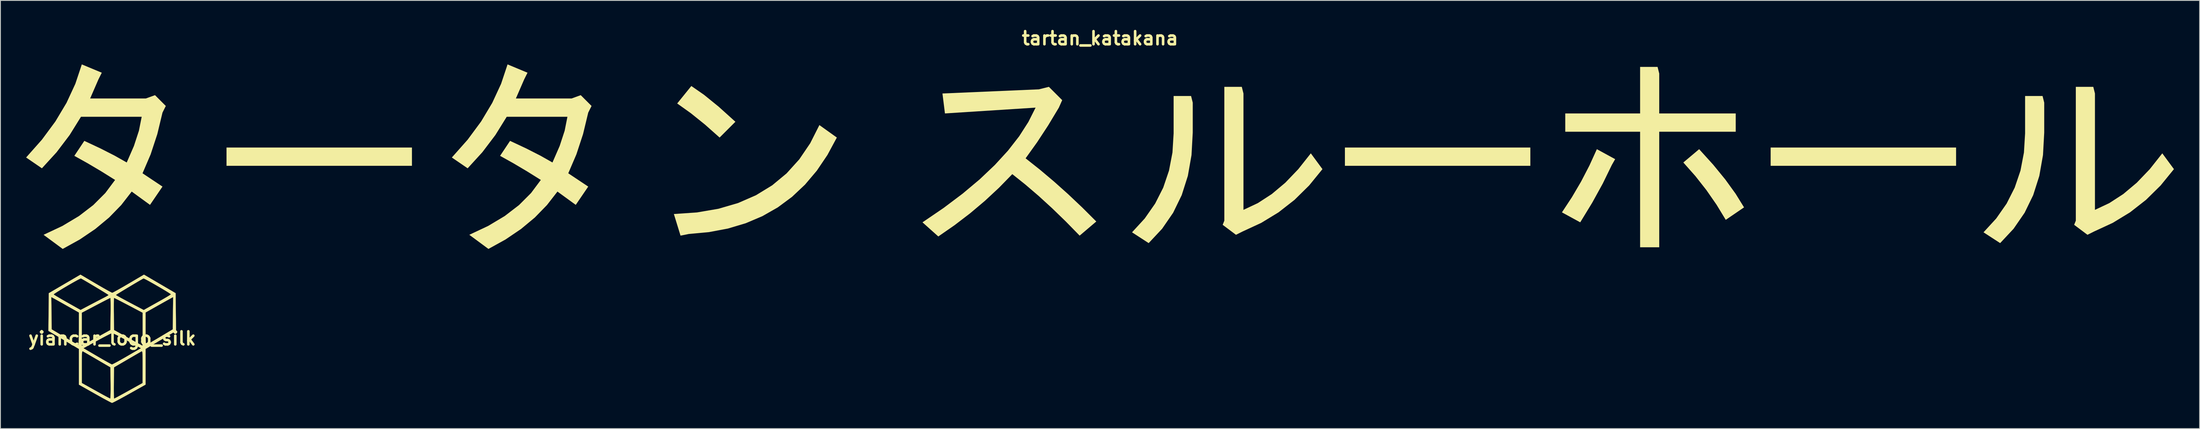
<source format=kicad_pcb>
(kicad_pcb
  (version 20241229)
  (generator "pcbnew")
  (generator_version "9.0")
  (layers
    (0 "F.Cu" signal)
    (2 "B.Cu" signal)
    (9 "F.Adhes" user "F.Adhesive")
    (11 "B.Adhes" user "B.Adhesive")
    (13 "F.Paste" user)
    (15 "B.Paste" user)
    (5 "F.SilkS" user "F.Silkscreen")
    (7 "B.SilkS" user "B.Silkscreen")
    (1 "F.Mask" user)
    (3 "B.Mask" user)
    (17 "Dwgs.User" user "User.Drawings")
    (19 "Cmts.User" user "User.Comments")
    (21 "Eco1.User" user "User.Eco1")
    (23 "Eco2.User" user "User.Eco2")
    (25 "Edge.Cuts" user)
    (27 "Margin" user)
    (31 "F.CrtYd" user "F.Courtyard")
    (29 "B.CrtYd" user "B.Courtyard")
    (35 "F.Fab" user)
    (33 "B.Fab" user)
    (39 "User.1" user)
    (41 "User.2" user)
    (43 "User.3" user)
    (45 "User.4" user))
  (footprint "tartan_katakana"
    (layer "F.Cu")
    (at 125.439 15.256)
    (property "Reference" "tartan_katakana" (at 0 -13.829 0) (layer "F.SilkS") (effects (font (size 1.524 1.524) (thickness 0.305))))
    (attr smd)
    (fp_poly (pts (xy -102.031 1.068) (xy -102.031 -1.068) (xy -80.372 -1.068) (xy -80.372 1.068) (xy -102.031 1.068)) (stroke (width 0) (type solid)) (fill yes) (layer "F.SilkS"))
    (fp_poly (pts (xy 28.604 1.068) (xy 28.604 -1.068) (xy 50.263 -1.068) (xy 50.263 1.068) (xy 28.604 1.068)) (stroke (width 0) (type solid)) (fill yes) (layer "F.SilkS"))
    (fp_poly (pts (xy 78.333 1.068) (xy 78.333 -1.068) (xy 99.992 -1.068) (xy 99.992 1.068) (xy 78.333 1.068)) (stroke (width 0) (type solid)) (fill yes) (layer "F.SilkS"))
    (fp_poly (pts (xy -44.435 -2.234) (xy -46.151 -3.756) (xy -47.802 -5.083) (xy -49.389 -6.216) (xy -47.738 -8.256) (xy -46.259 -7.231) (xy -44.543 -5.838) (xy -42.59 -4.079) (xy -44.435 -2.234)) (stroke (width 0) (type solid)) (fill yes) (layer "F.SilkS"))
    (fp_poly (pts (xy 59.781 0.971) (xy 58.724 3.14) (xy 57.494 5.374) (xy 56.091 7.673) (xy 53.954 6.507) (xy 55.119 4.735) (xy 56.188 2.914) (xy 57.159 1.044) (xy 58.033 -0.874) (xy 60.17 0.291) (xy 59.781 0.971)) (stroke (width 0) (type solid)) (fill yes) (layer "F.SilkS"))
    (fp_poly (pts (xy 73.088 7.382) (xy 72.013 5.615) (xy 70.83 3.909) (xy 69.537 2.264) (xy 68.134 0.68) (xy 69.98 -0.874) (xy 71.619 0.935) (xy 73.039 2.671) (xy 74.241 4.334) (xy 75.225 5.925) (xy 73.088 7.382)) (stroke (width 0) (type solid)) (fill yes) (layer "F.SilkS"))
    (fp_poly (pts (xy 63.084 -10.49) (xy 65.123 -10.49) (xy 65.318 -9.713) (xy 65.318 -5.051) (xy 74.253 -5.051) (xy 74.253 -2.914) (xy 65.318 -2.914) (xy 65.318 10.587) (xy 63.084 10.587) (xy 63.084 -2.914) (xy 54.342 -2.914) (xy 54.342 -5.051) (xy 63.084 -5.051) (xy 63.084 -10.49)) (stroke (width 0) (type solid)) (fill yes) (layer "F.SilkS"))
    (fp_poly (pts (xy 3.739 8.839) (xy 5.223 7.222) (xy 6.437 5.482) (xy 7.382 3.618) (xy 8.056 1.63) (xy 8.461 -0.483) (xy 8.596 -2.72) (xy 8.596 -7.09) (xy 10.635 -7.09) (xy 10.83 -6.313) (xy 10.83 -2.817) (xy 10.687 -0.192) (xy 10.258 2.245) (xy 9.543 4.492) (xy 8.542 6.551) (xy 7.255 8.42) (xy 5.682 10.101) (xy 3.739 8.839)) (stroke (width 0) (type solid)) (fill yes) (layer "F.SilkS"))
    (fp_poly (pts (xy 103.197 8.839) (xy 104.681 7.222) (xy 105.895 5.482) (xy 106.839 3.618) (xy 107.514 1.63) (xy 107.918 -0.483) (xy 108.053 -2.72) (xy 108.053 -7.09) (xy 110.093 -7.09) (xy 110.287 -6.313) (xy 110.287 -2.817) (xy 110.144 -0.192) (xy 109.715 2.245) (xy 109 4.492) (xy 107.999 6.551) (xy 106.712 8.42) (xy 105.14 10.101) (xy 103.197 8.839)) (stroke (width 0) (type solid)) (fill yes) (layer "F.SilkS"))
    (fp_poly (pts (xy 16.754 6.216) (xy 18.437 5.424) (xy 20.064 4.367) (xy 21.638 3.046) (xy 23.157 1.461) (xy 24.622 -0.389) (xy 25.981 1.457) (xy 24.427 3.364) (xy 22.718 5.047) (xy 20.853 6.504) (xy 18.833 7.735) (xy 16.657 8.741) (xy 15.88 9.13) (xy 14.326 7.964) (xy 14.52 7.479) (xy 14.52 -8.159) (xy 16.56 -8.159) (xy 16.754 -7.382) (xy 16.754 6.216)) (stroke (width 0) (type solid)) (fill yes) (layer "F.SilkS"))
    (fp_poly (pts (xy 116.212 6.216) (xy 117.894 5.424) (xy 119.522 4.367) (xy 121.095 3.046) (xy 122.615 1.461) (xy 124.079 -0.389) (xy 125.439 1.457) (xy 123.885 3.364) (xy 122.176 5.047) (xy 120.311 6.504) (xy 118.29 7.735) (xy 116.115 8.741) (xy 115.338 9.13) (xy 113.784 7.964) (xy 113.978 7.479) (xy 113.978 -8.159) (xy 116.018 -8.159) (xy 116.212 -7.382) (xy 116.212 6.216)) (stroke (width 0) (type solid)) (fill yes) (layer "F.SilkS"))
    (fp_poly (pts (xy -30.741 -2.234) (xy -31.84 -0.198) (xy -33.079 1.636) (xy -34.459 3.267) (xy -35.978 4.697) (xy -37.637 5.925) (xy -39.435 6.95) (xy -41.374 7.774) (xy -43.452 8.396) (xy -45.671 8.815) (xy -48.029 9.033) (xy -49 9.227) (xy -49.777 6.702) (xy -47.073 6.516) (xy -44.573 6.088) (xy -42.277 5.418) (xy -40.185 4.505) (xy -38.296 3.35) (xy -36.611 1.953) (xy -35.13 0.314) (xy -33.853 -1.567) (xy -32.78 -3.691) (xy -30.741 -2.234)) (stroke (width 0) (type solid)) (fill yes) (layer "F.SilkS"))
    (fp_poly (pts (xy -8.693 0.194) (xy -7.026 1.515) (xy -5.367 2.914) (xy -3.716 4.39) (xy -2.073 5.944) (xy -0.437 7.576) (xy -2.38 9.227) (xy -4 7.572) (xy -5.596 6.026) (xy -7.17 4.588) (xy -8.72 3.26) (xy -10.247 2.04) (xy -11.805 3.636) (xy -13.448 5.163) (xy -15.177 6.62) (xy -16.991 8.007) (xy -18.891 9.324) (xy -20.737 7.673) (xy -18.278 5.998) (xy -16.05 4.322) (xy -14.053 2.647) (xy -12.287 0.971) (xy -10.751 -0.704) (xy -9.446 -2.38) (xy -8.371 -4.055) (xy -7.527 -5.73) (xy -18.114 -5.051) (xy -18.405 -7.382) (xy -7.139 -7.867) (xy -5.973 -8.159) (xy -4.419 -6.605) (xy -4.808 -5.73) (xy -6.06 -3.648) (xy -7.355 -1.673) (xy -8.693 0.194)) (stroke (width 0) (type solid)) (fill yes) (layer "F.SilkS"))
    (fp_poly (pts (xy -116.989 -9.033) (xy -117.96 -6.799) (xy -111.453 -6.799) (xy -110.384 -7.187) (xy -109.122 -5.925) (xy -109.51 -5.148) (xy -110.115 -2.633) (xy -110.892 -0.27) (xy -111.841 1.943) (xy -109.51 3.497) (xy -110.967 5.633) (xy -113.104 4.079) (xy -114.328 5.653) (xy -115.746 7.11) (xy -117.358 8.45) (xy -119.165 9.674) (xy -121.165 10.781) (xy -123.399 9.13) (xy -121.2 8.096) (xy -119.266 6.939) (xy -117.595 5.657) (xy -116.189 4.25) (xy -115.046 2.72) (xy -116.654 1.716) (xy -118.241 0.777) (xy -119.806 -0.097) (xy -118.64 -1.845) (xy -116.752 -0.96) (xy -115.1 -0.119) (xy -113.687 0.68) (xy -112.845 -1.252) (xy -112.262 -3.033) (xy -111.938 -4.662) (xy -119.029 -4.662) (xy -120.356 -2.525) (xy -121.878 -0.518) (xy -123.594 1.36) (xy -125.439 0.097) (xy -123.594 -1.985) (xy -122.02 -4.114) (xy -120.719 -6.29) (xy -119.689 -8.512) (xy -118.932 -10.781) (xy -116.6 -9.81) (xy -116.989 -9.033)) (stroke (width 0) (type solid)) (fill yes) (layer "F.SilkS"))
    (fp_poly (pts (xy -67.26 -9.033) (xy -68.231 -6.799) (xy -61.724 -6.799) (xy -60.656 -7.187) (xy -59.393 -5.925) (xy -59.781 -5.148) (xy -60.386 -2.633) (xy -61.163 -0.27) (xy -62.112 1.943) (xy -59.781 3.497) (xy -61.238 5.633) (xy -63.375 4.079) (xy -64.599 5.653) (xy -66.017 7.11) (xy -67.629 8.45) (xy -69.436 9.674) (xy -71.437 10.781) (xy -73.671 9.13) (xy -71.472 8.096) (xy -69.537 6.939) (xy -67.866 5.657) (xy -66.46 4.25) (xy -65.318 2.72) (xy -66.926 1.716) (xy -68.512 0.777) (xy -70.077 -0.097) (xy -68.911 -1.845) (xy -67.023 -0.96) (xy -65.372 -0.119) (xy -63.958 0.68) (xy -63.116 -1.252) (xy -62.533 -3.033) (xy -62.21 -4.662) (xy -69.3 -4.662) (xy -70.627 -2.525) (xy -72.149 -0.518) (xy -73.865 1.36) (xy -75.71 0.097) (xy -73.865 -1.985) (xy -72.291 -4.114) (xy -70.99 -6.29) (xy -69.96 -8.512) (xy -69.203 -10.781) (xy -66.872 -9.81) (xy -67.26 -9.033)) (stroke (width 0) (type solid)) (fill yes) (layer "F.SilkS")))
  (footprint "yiancar_logo_silk"
    (layer "F.Cu")
    (at 10.058 36.498)
    (property "Reference" "yiancar_logo_silk" (at 0 0 0) (layer "F.SilkS") (effects (font (size 1.524 1.524) (thickness 0.3))))
    (attr through_hole)
    (fp_poly (pts (xy 7.408 -5.29) (xy 7.431 -3.087) (xy 7.453 -0.883) (xy 5.674 0.171) (xy 3.895 1.225) (xy 3.895 5.395) (xy 1.989 6.465) (xy 1.47 6.754) (xy 0.996 7.013) (xy 0.589 7.232) (xy 0.27 7.397) (xy 0.058 7.5) (xy -0.022 7.53) (xy -0.122 7.488) (xy -0.347 7.374) (xy -0.678 7.198) (xy -1.094 6.972) (xy -1.572 6.706) (xy -2.011 6.46) (xy -3.895 5.395) (xy -3.895 2.891) (xy -3.553 2.891) (xy -3.553 3.32) (xy -3.55 5.207) (xy -1.923 6.115) (xy -1.446 6.38) (xy -1.019 6.615) (xy -0.662 6.807) (xy -0.4 6.945) (xy -0.253 7.018) (xy -0.231 7.025) (xy -0.213 6.945) (xy -0.199 6.72) (xy -0.19 6.375) (xy -0.185 5.933) (xy -0.186 5.735) (xy 0.185 5.735) (xy 0.186 6.209) (xy 0.192 6.596) (xy 0.202 6.873) (xy 0.216 7.014) (xy 0.222 7.027) (xy 0.31 6.988) (xy 0.523 6.877) (xy 0.839 6.708) (xy 1.238 6.491) (xy 1.696 6.238) (xy 1.914 6.117) (xy 3.55 5.207) (xy 3.553 3.32) (xy 3.553 2.709) (xy 3.551 2.247) (xy 3.544 1.916) (xy 3.531 1.695) (xy 3.511 1.565) (xy 3.482 1.506) (xy 3.442 1.499) (xy 3.408 1.514) (xy 3.292 1.58) (xy 3.055 1.717) (xy 2.719 1.911) (xy 2.311 2.148) (xy 1.853 2.415) (xy 1.736 2.483) (xy 0.212 3.371) (xy 0.189 5.199) (xy 0.185 5.735) (xy -0.186 5.735) (xy -0.187 5.419) (xy -0.189 5.199) (xy -0.212 3.371) (xy -1.736 2.483) (xy -2.202 2.212) (xy -2.624 1.966) (xy -2.98 1.76) (xy -3.244 1.608) (xy -3.392 1.523) (xy -3.408 1.514) (xy -3.456 1.497) (xy -3.492 1.519) (xy -3.518 1.599) (xy -3.536 1.756) (xy -3.547 2.011) (xy -3.552 2.383) (xy -3.553 2.891) (xy -3.895 2.891) (xy -3.895 1.225) (xy -4.037 1.14) (xy -3.361 1.14) (xy -1.744 2.087) (xy -1.269 2.363) (xy -0.84 2.608) (xy -0.48 2.809) (xy -0.211 2.954) (xy -0.056 3.032) (xy -0.029 3.041) (xy 0.069 3.002) (xy 0.292 2.889) (xy 0.616 2.715) (xy 1.019 2.491) (xy 1.479 2.23) (xy 1.714 2.094) (xy 3.36 1.14) (xy 1.744 0.253) (xy 1.263 -0.008) (xy 0.828 -0.239) (xy 0.461 -0.427) (xy 0.186 -0.561) (xy 0.026 -0.629) (xy 0 -0.635) (xy -0.109 -0.596) (xy -0.342 -0.486) (xy -0.676 -0.317) (xy -1.088 -0.101) (xy -1.554 0.149) (xy -1.744 0.253) (xy -3.361 1.14) (xy -4.037 1.14) (xy -5.674 0.171) (xy -7.453 -0.883) (xy -7.431 -3.087) (xy -7.413 -4.834) (xy -7.115 -4.834) (xy -7.092 -2.948) (xy -7.07 -1.063) (xy -5.546 -0.154) (xy -5.088 0.118) (xy -4.68 0.357) (xy -4.342 0.552) (xy -4.098 0.689) (xy -3.971 0.755) (xy -3.958 0.759) (xy -3.94 0.679) (xy -3.924 0.454) (xy -3.91 0.107) (xy -3.901 -0.337) (xy -3.895 -0.855) (xy -3.895 -1.136) (xy -3.895 -3.006) (xy -3.556 -3.006) (xy -3.556 0.859) (xy -2.9 0.497) (xy -2.563 0.311) (xy -2.134 0.074) (xy -1.668 -0.184) (xy -1.228 -0.427) (xy -0.212 -0.988) (xy -0.189 -2.865) (xy -0.184 -3.408) (xy -0.184 -3.644) (xy 0.184 -3.644) (xy 0.186 -3.126) (xy 0.189 -2.865) (xy 0.212 -0.988) (xy 1.863 -0.073) (xy 2.341 0.192) (xy 2.766 0.426) (xy 3.118 0.62) (xy 3.375 0.76) (xy 3.515 0.835) (xy 3.535 0.844) (xy 3.541 0.764) (xy 3.546 0.539) (xy 3.551 0.191) (xy 3.554 -0.254) (xy 3.556 -0.775) (xy 3.556 -1.08) (xy 3.556 -3.006) (xy 3.502 -3.034) (xy 3.895 -3.034) (xy 3.895 -1.136) (xy 3.897 -0.59) (xy 3.905 -0.105) (xy 3.917 0.293) (xy 3.931 0.583) (xy 3.949 0.739) (xy 3.958 0.759) (xy 4.047 0.717) (xy 4.258 0.6) (xy 4.57 0.421) (xy 4.959 0.194) (xy 5.404 -0.069) (xy 5.546 -0.154) (xy 7.07 -1.063) (xy 7.092 -2.948) (xy 7.115 -4.834) (xy 6.923 -4.734) (xy 6.791 -4.662) (xy 6.538 -4.522) (xy 6.191 -4.328) (xy 5.777 -4.096) (xy 5.322 -3.84) (xy 5.313 -3.835) (xy 3.895 -3.034) (xy 3.502 -3.034) (xy 1.908 -3.874) (xy 1.426 -4.126) (xy 0.996 -4.35) (xy 0.638 -4.533) (xy 0.377 -4.665) (xy 0.233 -4.734) (xy 0.213 -4.741) (xy 0.2 -4.661) (xy 0.191 -4.435) (xy 0.185 -4.088) (xy 0.184 -3.644) (xy -0.184 -3.644) (xy -0.184 -3.889) (xy -0.188 -4.285) (xy -0.196 -4.571) (xy -0.207 -4.723) (xy -0.213 -4.741) (xy -0.298 -4.704) (xy -0.511 -4.598) (xy -0.83 -4.436) (xy -1.231 -4.228) (xy -1.693 -3.987) (xy -1.908 -3.874) (xy -3.556 -3.006) (xy -3.895 -3.006) (xy -3.895 -3.034) (xy -5.313 -3.835) (xy -5.768 -4.091) (xy -6.183 -4.324) (xy -6.532 -4.519) (xy -6.787 -4.66) (xy -6.922 -4.733) (xy -6.923 -4.734) (xy -7.115 -4.834) (xy -7.413 -4.834) (xy -7.41 -5.147) (xy -6.838 -5.147) (xy -6.761 -5.088) (xy -6.557 -4.959) (xy -6.25 -4.775) (xy -5.861 -4.548) (xy -5.411 -4.291) (xy -5.257 -4.204) (xy -3.698 -3.327) (xy -2.59 -3.911) (xy -2.143 -4.145) (xy -1.7 -4.377) (xy -1.305 -4.582) (xy -1.003 -4.738) (xy -0.953 -4.763) (xy -0.691 -4.902) (xy -0.502 -5.014) (xy -0.425 -5.075) (xy -0.425 -5.077) (xy -0.429 -5.08) (xy 0.426 -5.08) (xy 0.497 -5.03) (xy 0.697 -4.914) (xy 1.004 -4.743) (xy 1.397 -4.53) (xy 1.853 -4.286) (xy 2.054 -4.179) (xy 3.683 -3.321) (xy 3.937 -3.466) (xy 4.093 -3.553) (xy 4.367 -3.707) (xy 4.729 -3.91) (xy 5.151 -4.146) (xy 5.524 -4.355) (xy 5.951 -4.597) (xy 6.321 -4.812) (xy 6.611 -4.987) (xy 6.798 -5.107) (xy 6.858 -5.157) (xy 6.788 -5.218) (xy 6.596 -5.345) (xy 6.308 -5.524) (xy 5.95 -5.74) (xy 5.548 -5.978) (xy 5.127 -6.222) (xy 4.715 -6.457) (xy 4.336 -6.669) (xy 4.018 -6.843) (xy 3.785 -6.962) (xy 3.664 -7.013) (xy 3.655 -7.013) (xy 3.541 -6.954) (xy 3.315 -6.826) (xy 3.003 -6.645) (xy 2.629 -6.425) (xy 2.22 -6.181) (xy 1.8 -5.93) (xy 1.394 -5.686) (xy 1.029 -5.464) (xy 0.73 -5.279) (xy 0.521 -5.147) (xy 0.428 -5.083) (xy 0.426 -5.08) (xy -0.429 -5.08) (xy -0.494 -5.128) (xy -0.683 -5.249) (xy -0.969 -5.426) (xy -1.324 -5.643) (xy -1.724 -5.884) (xy -2.143 -6.136) (xy -2.557 -6.382) (xy -2.939 -6.608) (xy -3.264 -6.797) (xy -3.508 -6.936) (xy -3.644 -7.009) (xy -3.655 -7.013) (xy -3.748 -6.982) (xy -3.957 -6.879) (xy -4.257 -6.717) (xy -4.622 -6.513) (xy -5.027 -6.281) (xy -5.444 -6.037) (xy -5.85 -5.795) (xy -6.217 -5.571) (xy -6.521 -5.38) (xy -6.735 -5.237) (xy -6.834 -5.156) (xy -6.838 -5.147) (xy -7.41 -5.147) (xy -7.408 -5.29) (xy -3.708 -7.457) (xy -1.905 -6.395) (xy -1.403 -6.102) (xy -0.947 -5.84) (xy -0.557 -5.621) (xy -0.255 -5.456) (xy -0.061 -5.357) (xy 0 -5.334) (xy 0.099 -5.375) (xy 0.321 -5.492) (xy 0.648 -5.671) (xy 1.056 -5.903) (xy 1.526 -6.173) (xy 1.905 -6.395) (xy 3.708 -7.457) (xy 7.408 -5.29)) (stroke (width 0.01) (type solid)) (fill yes) (layer "F.SilkS")))
  (gr_rect
    (start -3 -3)
    (end 253.878 47.033)
    (stroke (width 0.1) (type default))
    (fill no)
    (layer "Edge.Cuts")))
</source>
